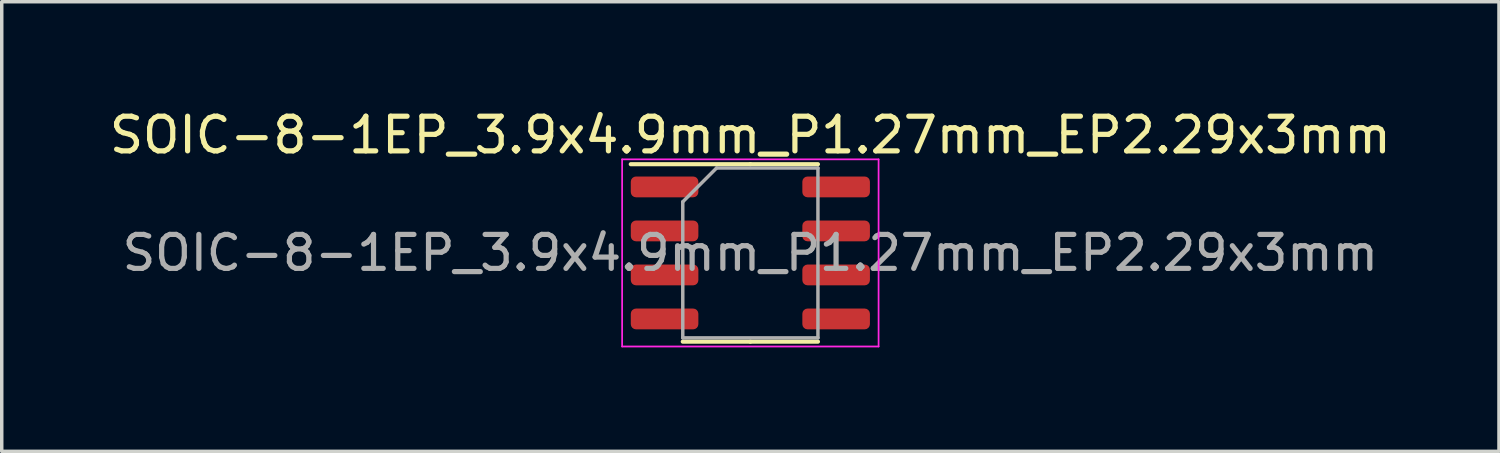
<source format=kicad_pcb>
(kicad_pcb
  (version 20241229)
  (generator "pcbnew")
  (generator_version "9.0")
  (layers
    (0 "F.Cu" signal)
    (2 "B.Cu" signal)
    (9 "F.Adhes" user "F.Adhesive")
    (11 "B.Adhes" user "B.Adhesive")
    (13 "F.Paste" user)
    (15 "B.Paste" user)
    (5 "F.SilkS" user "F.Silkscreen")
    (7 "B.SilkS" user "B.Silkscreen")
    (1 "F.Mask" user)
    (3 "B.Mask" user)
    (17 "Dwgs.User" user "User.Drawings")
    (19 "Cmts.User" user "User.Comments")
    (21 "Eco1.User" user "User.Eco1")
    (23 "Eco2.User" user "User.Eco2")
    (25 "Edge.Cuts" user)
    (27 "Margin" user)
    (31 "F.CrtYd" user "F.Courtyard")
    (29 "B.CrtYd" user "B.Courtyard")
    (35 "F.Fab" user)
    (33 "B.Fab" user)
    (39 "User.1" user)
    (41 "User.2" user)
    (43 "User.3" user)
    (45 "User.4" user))
  (footprint "SOIC-8-1EP_3.9x4.9mm_P1.27mm_EP2.29x3mm"
    (layer "F.Cu")
    (at 18.601 4.248)
    (property "Reference" "SOIC-8-1EP_3.9x4.9mm_P1.27mm_EP2.29x3mm" (at 0 -3.4 0) (layer "F.SilkS") (effects (font (size 1 1) (thickness 0.15))))
    (attr smd)
    (fp_line (start 0 -2.56) (end -3.45 -2.56) (stroke (width 0.12) (type solid)) (layer "F.SilkS"))
    (fp_line (start 0 -2.56) (end 1.95 -2.56) (stroke (width 0.12) (type solid)) (layer "F.SilkS"))
    (fp_line (start 0 2.56) (end -1.95 2.56) (stroke (width 0.12) (type solid)) (layer "F.SilkS"))
    (fp_line (start 0 2.56) (end 1.95 2.56) (stroke (width 0.12) (type solid)) (layer "F.SilkS"))
    (fp_line (start -3.7 -2.7) (end -3.7 2.7) (stroke (width 0.05) (type solid)) (layer "F.CrtYd"))
    (fp_line (start -3.7 2.7) (end 3.7 2.7) (stroke (width 0.05) (type solid)) (layer "F.CrtYd"))
    (fp_line (start 3.7 -2.7) (end -3.7 -2.7) (stroke (width 0.05) (type solid)) (layer "F.CrtYd"))
    (fp_line (start 3.7 2.7) (end 3.7 -2.7) (stroke (width 0.05) (type solid)) (layer "F.CrtYd"))
    (fp_line (start -1.95 -1.475) (end -0.975 -2.45) (stroke (width 0.1) (type solid)) (layer "F.Fab"))
    (fp_line (start -1.95 2.45) (end -1.95 -1.475) (stroke (width 0.1) (type solid)) (layer "F.Fab"))
    (fp_line (start -0.975 -2.45) (end 1.95 -2.45) (stroke (width 0.1) (type solid)) (layer "F.Fab"))
    (fp_line (start 1.95 -2.45) (end 1.95 2.45) (stroke (width 0.1) (type solid)) (layer "F.Fab"))
    (fp_line (start 1.95 2.45) (end -1.95 2.45) (stroke (width 0.1) (type solid)) (layer "F.Fab"))
    (fp_text user "${REFERENCE}" (at 0 0 0) (layer "F.Fab") (effects (font (size 0.98 0.98) (thickness 0.15))))
    (pad "1" smd roundrect (at -2.475 -1.905) (size 1.95 0.6) (layers "F.Cu" "F.Mask" "F.Paste") (roundrect_rratio 0.25))
    (pad "2" smd roundrect (at -2.475 -0.635) (size 1.95 0.6) (layers "F.Cu" "F.Mask" "F.Paste") (roundrect_rratio 0.25))
    (pad "3" smd roundrect (at -2.475 0.635) (size 1.95 0.6) (layers "F.Cu" "F.Mask" "F.Paste") (roundrect_rratio 0.25))
    (pad "4" smd roundrect (at -2.475 1.905) (size 1.95 0.6) (layers "F.Cu" "F.Mask" "F.Paste") (roundrect_rratio 0.25))
    (pad "5" smd roundrect (at 2.475 1.905) (size 1.95 0.6) (layers "F.Cu" "F.Mask" "F.Paste") (roundrect_rratio 0.25))
    (pad "6" smd roundrect (at 2.475 0.635) (size 1.95 0.6) (layers "F.Cu" "F.Mask" "F.Paste") (roundrect_rratio 0.25))
    (pad "7" smd roundrect (at 2.475 -0.635) (size 1.95 0.6) (layers "F.Cu" "F.Mask" "F.Paste") (roundrect_rratio 0.25))
    (pad "8" smd roundrect (at 2.475 -1.905) (size 1.95 0.6) (layers "F.Cu" "F.Mask" "F.Paste") (roundrect_rratio 0.25)))
  (gr_rect
    (start -3 -3)
    (end 40.202 9.973)
    (stroke (width 0.1) (type default))
    (fill no)
    (layer "Edge.Cuts")))
</source>
